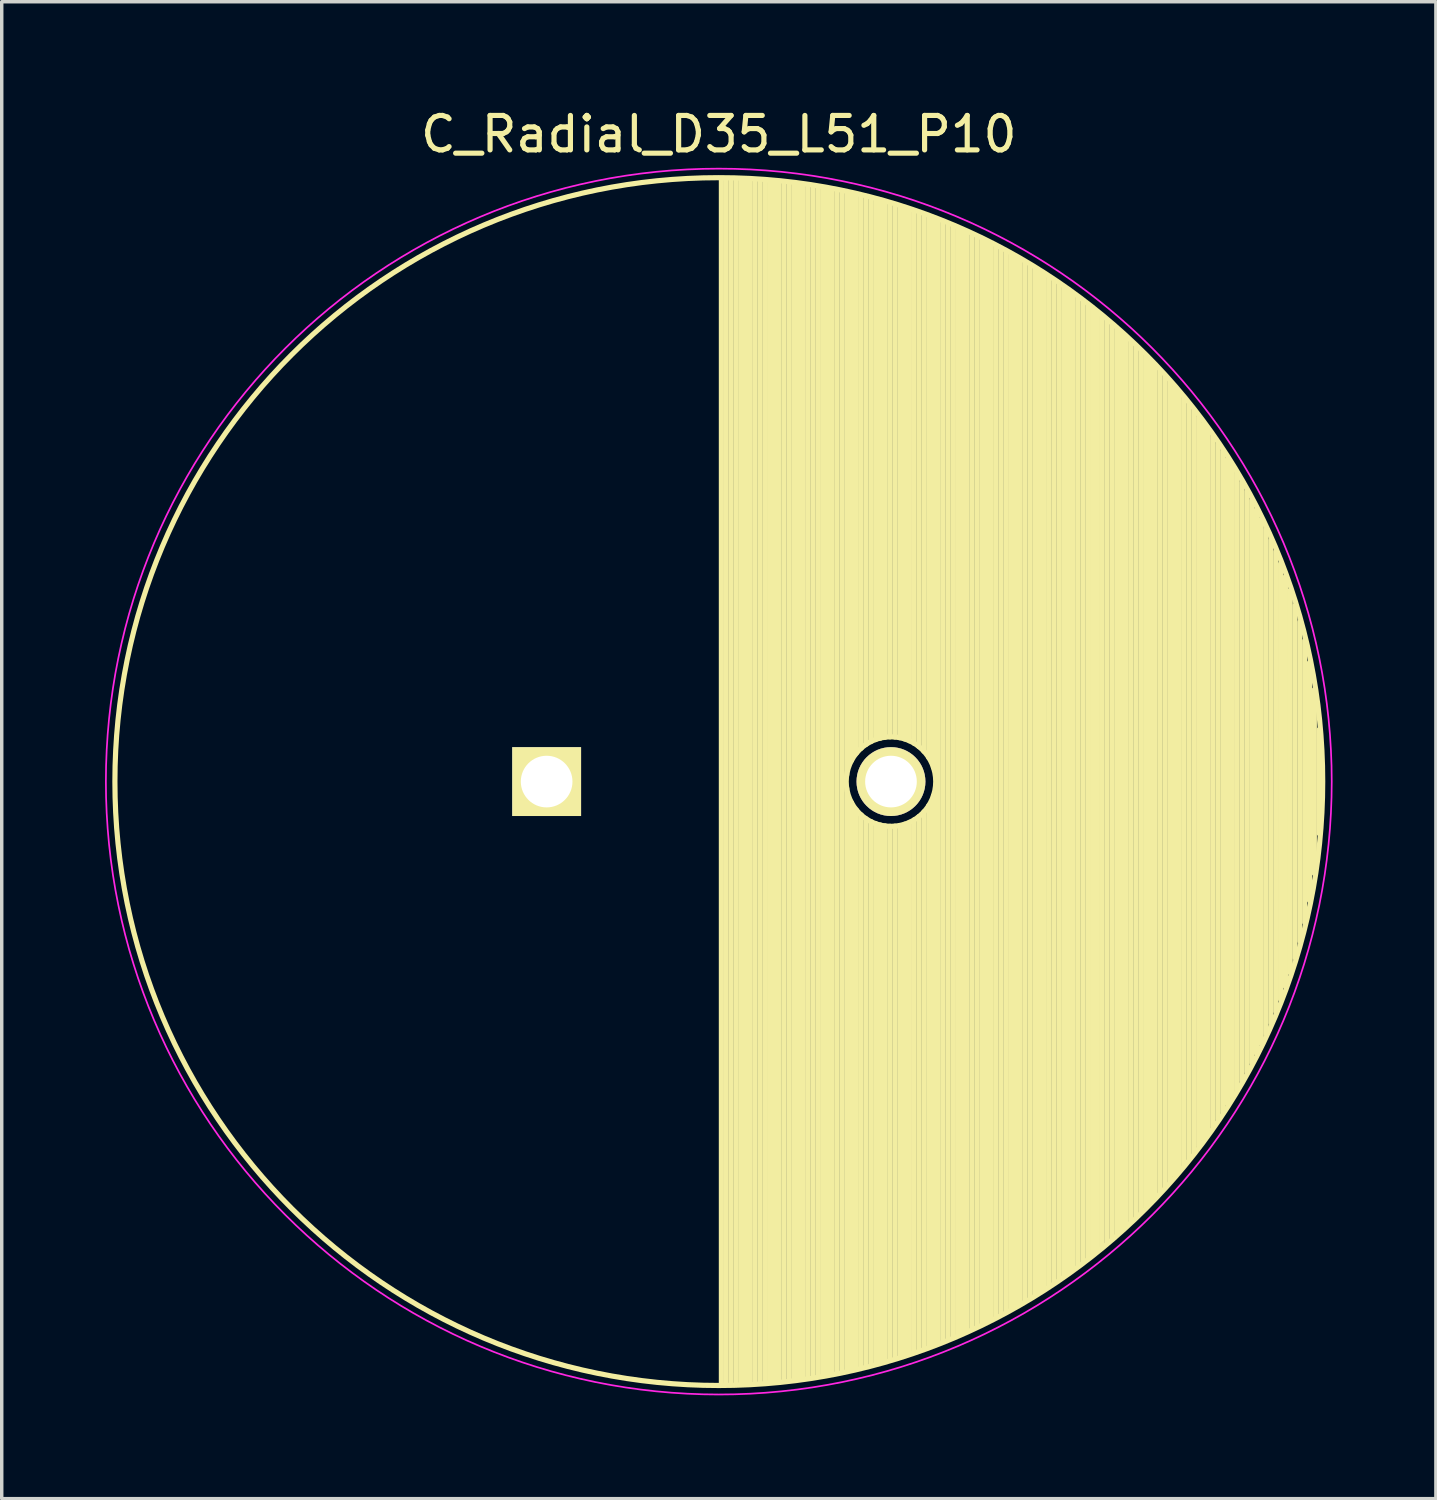
<source format=kicad_pcb>
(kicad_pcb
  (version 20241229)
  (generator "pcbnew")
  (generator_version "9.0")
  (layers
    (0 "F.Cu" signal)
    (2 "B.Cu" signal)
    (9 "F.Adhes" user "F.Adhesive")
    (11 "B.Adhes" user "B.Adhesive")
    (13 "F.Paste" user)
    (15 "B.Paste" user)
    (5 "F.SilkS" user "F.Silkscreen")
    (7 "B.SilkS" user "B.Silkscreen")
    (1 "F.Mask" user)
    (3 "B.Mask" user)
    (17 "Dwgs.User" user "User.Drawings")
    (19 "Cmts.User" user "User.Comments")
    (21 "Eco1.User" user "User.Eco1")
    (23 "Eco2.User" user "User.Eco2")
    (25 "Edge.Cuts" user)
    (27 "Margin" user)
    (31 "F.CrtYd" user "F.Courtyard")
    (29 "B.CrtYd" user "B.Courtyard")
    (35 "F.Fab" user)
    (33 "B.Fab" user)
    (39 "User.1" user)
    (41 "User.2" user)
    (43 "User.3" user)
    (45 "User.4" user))
  (footprint "C_Radial_D35_L51_P10"
    (layer "F.Cu")
    (at 12.825 19.648)
    (property "Reference" "C_Radial_D35_L51_P10" (at 5 -18.8 0) (layer "F.SilkS") (effects (font (size 1 1) (thickness 0.15))))
    (attr through_hole)
    (fp_line (start 5.075 -17.5) (end 5.075 17.5) (stroke (width 0.15) (type solid)) (layer "F.SilkS"))
    (fp_line (start 5.215 -17.499) (end 5.215 17.499) (stroke (width 0.15) (type solid)) (layer "F.SilkS"))
    (fp_line (start 5.355 -17.496) (end 5.355 17.496) (stroke (width 0.15) (type solid)) (layer "F.SilkS"))
    (fp_line (start 5.495 -17.493) (end 5.495 17.493) (stroke (width 0.15) (type solid)) (layer "F.SilkS"))
    (fp_line (start 5.635 -17.488) (end 5.635 17.488) (stroke (width 0.15) (type solid)) (layer "F.SilkS"))
    (fp_line (start 5.775 -17.483) (end 5.775 17.483) (stroke (width 0.15) (type solid)) (layer "F.SilkS"))
    (fp_line (start 5.915 -17.476) (end 5.915 17.476) (stroke (width 0.15) (type solid)) (layer "F.SilkS"))
    (fp_line (start 6.055 -17.468) (end 6.055 17.468) (stroke (width 0.15) (type solid)) (layer "F.SilkS"))
    (fp_line (start 6.195 -17.459) (end 6.195 17.459) (stroke (width 0.15) (type solid)) (layer "F.SilkS"))
    (fp_line (start 6.335 -17.449) (end 6.335 17.449) (stroke (width 0.15) (type solid)) (layer "F.SilkS"))
    (fp_line (start 6.475 -17.438) (end 6.475 17.438) (stroke (width 0.15) (type solid)) (layer "F.SilkS"))
    (fp_line (start 6.615 -17.425) (end 6.615 17.425) (stroke (width 0.15) (type solid)) (layer "F.SilkS"))
    (fp_line (start 6.755 -17.412) (end 6.755 17.412) (stroke (width 0.15) (type solid)) (layer "F.SilkS"))
    (fp_line (start 6.895 -17.397) (end 6.895 17.397) (stroke (width 0.15) (type solid)) (layer "F.SilkS"))
    (fp_line (start 7.035 -17.381) (end 7.035 17.381) (stroke (width 0.15) (type solid)) (layer "F.SilkS"))
    (fp_line (start 7.175 -17.364) (end 7.175 17.364) (stroke (width 0.15) (type solid)) (layer "F.SilkS"))
    (fp_line (start 7.315 -17.346) (end 7.315 17.346) (stroke (width 0.15) (type solid)) (layer "F.SilkS"))
    (fp_line (start 7.455 -17.327) (end 7.455 17.327) (stroke (width 0.15) (type solid)) (layer "F.SilkS"))
    (fp_line (start 7.595 -17.307) (end 7.595 17.307) (stroke (width 0.15) (type solid)) (layer "F.SilkS"))
    (fp_line (start 7.735 -17.285) (end 7.735 17.285) (stroke (width 0.15) (type solid)) (layer "F.SilkS"))
    (fp_line (start 7.875 -17.262) (end 7.875 17.262) (stroke (width 0.15) (type solid)) (layer "F.SilkS"))
    (fp_line (start 8.015 -17.238) (end 8.015 17.238) (stroke (width 0.15) (type solid)) (layer "F.SilkS"))
    (fp_line (start 8.155 -17.213) (end 8.155 17.213) (stroke (width 0.15) (type solid)) (layer "F.SilkS"))
    (fp_line (start 8.295 -17.187) (end 8.295 17.187) (stroke (width 0.15) (type solid)) (layer "F.SilkS"))
    (fp_line (start 8.435 -17.16) (end 8.435 17.16) (stroke (width 0.15) (type solid)) (layer "F.SilkS"))
    (fp_line (start 8.575 -17.131) (end 8.575 17.131) (stroke (width 0.15) (type solid)) (layer "F.SilkS"))
    (fp_line (start 8.715 -17.101) (end 8.715 -0.197) (stroke (width 0.15) (type solid)) (layer "F.SilkS"))
    (fp_line (start 8.715 0.197) (end 8.715 17.101) (stroke (width 0.15) (type solid)) (layer "F.SilkS"))
    (fp_line (start 8.855 -17.07) (end 8.855 -0.616) (stroke (width 0.15) (type solid)) (layer "F.SilkS"))
    (fp_line (start 8.855 0.616) (end 8.855 17.07) (stroke (width 0.15) (type solid)) (layer "F.SilkS"))
    (fp_line (start 8.995 -17.038) (end 8.995 -0.825) (stroke (width 0.15) (type solid)) (layer "F.SilkS"))
    (fp_line (start 8.995 0.825) (end 8.995 17.038) (stroke (width 0.15) (type solid)) (layer "F.SilkS"))
    (fp_line (start 9.135 -17.004) (end 9.135 -0.97) (stroke (width 0.15) (type solid)) (layer "F.SilkS"))
    (fp_line (start 9.135 0.97) (end 9.135 17.004) (stroke (width 0.15) (type solid)) (layer "F.SilkS"))
    (fp_line (start 9.275 -16.97) (end 9.275 -1.079) (stroke (width 0.15) (type solid)) (layer "F.SilkS"))
    (fp_line (start 9.275 1.079) (end 9.275 16.97) (stroke (width 0.15) (type solid)) (layer "F.SilkS"))
    (fp_line (start 9.415 -16.934) (end 9.415 -1.161) (stroke (width 0.15) (type solid)) (layer "F.SilkS"))
    (fp_line (start 9.415 1.161) (end 9.415 16.934) (stroke (width 0.15) (type solid)) (layer "F.SilkS"))
    (fp_line (start 9.555 -16.897) (end 9.555 -1.221) (stroke (width 0.15) (type solid)) (layer "F.SilkS"))
    (fp_line (start 9.555 1.221) (end 9.555 16.897) (stroke (width 0.15) (type solid)) (layer "F.SilkS"))
    (fp_line (start 9.695 -16.858) (end 9.695 -1.264) (stroke (width 0.15) (type solid)) (layer "F.SilkS"))
    (fp_line (start 9.695 1.264) (end 9.695 16.858) (stroke (width 0.15) (type solid)) (layer "F.SilkS"))
    (fp_line (start 9.835 -16.819) (end 9.835 -1.289) (stroke (width 0.15) (type solid)) (layer "F.SilkS"))
    (fp_line (start 9.835 1.289) (end 9.835 16.819) (stroke (width 0.15) (type solid)) (layer "F.SilkS"))
    (fp_line (start 9.975 -16.778) (end 9.975 -1.3) (stroke (width 0.15) (type solid)) (layer "F.SilkS"))
    (fp_line (start 9.975 1.3) (end 9.975 16.778) (stroke (width 0.15) (type solid)) (layer "F.SilkS"))
    (fp_line (start 10.115 -16.736) (end 10.115 -1.295) (stroke (width 0.15) (type solid)) (layer "F.SilkS"))
    (fp_line (start 10.115 1.295) (end 10.115 16.736) (stroke (width 0.15) (type solid)) (layer "F.SilkS"))
    (fp_line (start 10.255 -16.692) (end 10.255 -1.275) (stroke (width 0.15) (type solid)) (layer "F.SilkS"))
    (fp_line (start 10.255 1.275) (end 10.255 16.692) (stroke (width 0.15) (type solid)) (layer "F.SilkS"))
    (fp_line (start 10.395 -16.648) (end 10.395 -1.239) (stroke (width 0.15) (type solid)) (layer "F.SilkS"))
    (fp_line (start 10.395 1.239) (end 10.395 16.648) (stroke (width 0.15) (type solid)) (layer "F.SilkS"))
    (fp_line (start 10.535 -16.602) (end 10.535 -1.185) (stroke (width 0.15) (type solid)) (layer "F.SilkS"))
    (fp_line (start 10.535 1.185) (end 10.535 16.602) (stroke (width 0.15) (type solid)) (layer "F.SilkS"))
    (fp_line (start 10.675 -16.554) (end 10.675 -1.111) (stroke (width 0.15) (type solid)) (layer "F.SilkS"))
    (fp_line (start 10.675 1.111) (end 10.675 16.554) (stroke (width 0.15) (type solid)) (layer "F.SilkS"))
    (fp_line (start 10.815 -16.506) (end 10.815 -1.013) (stroke (width 0.15) (type solid)) (layer "F.SilkS"))
    (fp_line (start 10.815 1.013) (end 10.815 16.506) (stroke (width 0.15) (type solid)) (layer "F.SilkS"))
    (fp_line (start 10.955 -16.456) (end 10.955 -0.882) (stroke (width 0.15) (type solid)) (layer "F.SilkS"))
    (fp_line (start 10.955 0.882) (end 10.955 16.456) (stroke (width 0.15) (type solid)) (layer "F.SilkS"))
    (fp_line (start 11.095 -16.404) (end 11.095 -0.701) (stroke (width 0.15) (type solid)) (layer "F.SilkS"))
    (fp_line (start 11.095 0.701) (end 11.095 16.404) (stroke (width 0.15) (type solid)) (layer "F.SilkS"))
    (fp_line (start 11.235 -16.352) (end 11.235 -0.406) (stroke (width 0.15) (type solid)) (layer "F.SilkS"))
    (fp_line (start 11.235 0.406) (end 11.235 16.352) (stroke (width 0.15) (type solid)) (layer "F.SilkS"))
    (fp_line (start 11.375 -16.298) (end 11.375 16.298) (stroke (width 0.15) (type solid)) (layer "F.SilkS"))
    (fp_line (start 11.515 -16.242) (end 11.515 16.242) (stroke (width 0.15) (type solid)) (layer "F.SilkS"))
    (fp_line (start 11.655 -16.185) (end 11.655 16.185) (stroke (width 0.15) (type solid)) (layer "F.SilkS"))
    (fp_line (start 11.795 -16.127) (end 11.795 16.127) (stroke (width 0.15) (type solid)) (layer "F.SilkS"))
    (fp_line (start 11.935 -16.067) (end 11.935 16.067) (stroke (width 0.15) (type solid)) (layer "F.SilkS"))
    (fp_line (start 12.075 -16.006) (end 12.075 16.006) (stroke (width 0.15) (type solid)) (layer "F.SilkS"))
    (fp_line (start 12.215 -15.943) (end 12.215 15.943) (stroke (width 0.15) (type solid)) (layer "F.SilkS"))
    (fp_line (start 12.355 -15.879) (end 12.355 15.879) (stroke (width 0.15) (type solid)) (layer "F.SilkS"))
    (fp_line (start 12.495 -15.814) (end 12.495 15.814) (stroke (width 0.15) (type solid)) (layer "F.SilkS"))
    (fp_line (start 12.635 -15.747) (end 12.635 15.747) (stroke (width 0.15) (type solid)) (layer "F.SilkS"))
    (fp_line (start 12.775 -15.678) (end 12.775 15.678) (stroke (width 0.15) (type solid)) (layer "F.SilkS"))
    (fp_line (start 12.915 -15.608) (end 12.915 15.608) (stroke (width 0.15) (type solid)) (layer "F.SilkS"))
    (fp_line (start 13.055 -15.536) (end 13.055 15.536) (stroke (width 0.15) (type solid)) (layer "F.SilkS"))
    (fp_line (start 13.195 -15.463) (end 13.195 15.463) (stroke (width 0.15) (type solid)) (layer "F.SilkS"))
    (fp_line (start 13.335 -15.388) (end 13.335 15.388) (stroke (width 0.15) (type solid)) (layer "F.SilkS"))
    (fp_line (start 13.475 -15.311) (end 13.475 15.311) (stroke (width 0.15) (type solid)) (layer "F.SilkS"))
    (fp_line (start 13.615 -15.233) (end 13.615 15.233) (stroke (width 0.15) (type solid)) (layer "F.SilkS"))
    (fp_line (start 13.755 -15.153) (end 13.755 15.153) (stroke (width 0.15) (type solid)) (layer "F.SilkS"))
    (fp_line (start 13.895 -15.071) (end 13.895 15.071) (stroke (width 0.15) (type solid)) (layer "F.SilkS"))
    (fp_line (start 14.035 -14.987) (end 14.035 14.987) (stroke (width 0.15) (type solid)) (layer "F.SilkS"))
    (fp_line (start 14.175 -14.902) (end 14.175 14.902) (stroke (width 0.15) (type solid)) (layer "F.SilkS"))
    (fp_line (start 14.315 -14.815) (end 14.315 14.815) (stroke (width 0.15) (type solid)) (layer "F.SilkS"))
    (fp_line (start 14.455 -14.726) (end 14.455 14.726) (stroke (width 0.15) (type solid)) (layer "F.SilkS"))
    (fp_line (start 14.595 -14.635) (end 14.595 14.635) (stroke (width 0.15) (type solid)) (layer "F.SilkS"))
    (fp_line (start 14.735 -14.542) (end 14.735 14.542) (stroke (width 0.15) (type solid)) (layer "F.SilkS"))
    (fp_line (start 14.875 -14.448) (end 14.875 14.448) (stroke (width 0.15) (type solid)) (layer "F.SilkS"))
    (fp_line (start 15.015 -14.351) (end 15.015 14.351) (stroke (width 0.15) (type solid)) (layer "F.SilkS"))
    (fp_line (start 15.155 -14.252) (end 15.155 14.252) (stroke (width 0.15) (type solid)) (layer "F.SilkS"))
    (fp_line (start 15.295 -14.151) (end 15.295 14.151) (stroke (width 0.15) (type solid)) (layer "F.SilkS"))
    (fp_line (start 15.435 -14.049) (end 15.435 14.049) (stroke (width 0.15) (type solid)) (layer "F.SilkS"))
    (fp_line (start 15.575 -13.943) (end 15.575 13.943) (stroke (width 0.15) (type solid)) (layer "F.SilkS"))
    (fp_line (start 15.715 -13.836) (end 15.715 13.836) (stroke (width 0.15) (type solid)) (layer "F.SilkS"))
    (fp_line (start 15.855 -13.727) (end 15.855 13.727) (stroke (width 0.15) (type solid)) (layer "F.SilkS"))
    (fp_line (start 15.995 -13.615) (end 15.995 13.615) (stroke (width 0.15) (type solid)) (layer "F.SilkS"))
    (fp_line (start 16.135 -13.5) (end 16.135 13.5) (stroke (width 0.15) (type solid)) (layer "F.SilkS"))
    (fp_line (start 16.275 -13.384) (end 16.275 13.384) (stroke (width 0.15) (type solid)) (layer "F.SilkS"))
    (fp_line (start 16.415 -13.265) (end 16.415 13.265) (stroke (width 0.15) (type solid)) (layer "F.SilkS"))
    (fp_line (start 16.555 -13.143) (end 16.555 13.143) (stroke (width 0.15) (type solid)) (layer "F.SilkS"))
    (fp_line (start 16.695 -13.018) (end 16.695 13.018) (stroke (width 0.15) (type solid)) (layer "F.SilkS"))
    (fp_line (start 16.835 -12.891) (end 16.835 12.891) (stroke (width 0.15) (type solid)) (layer "F.SilkS"))
    (fp_line (start 16.975 -12.761) (end 16.975 12.761) (stroke (width 0.15) (type solid)) (layer "F.SilkS"))
    (fp_line (start 17.115 -12.628) (end 17.115 12.628) (stroke (width 0.15) (type solid)) (layer "F.SilkS"))
    (fp_line (start 17.255 -12.493) (end 17.255 12.493) (stroke (width 0.15) (type solid)) (layer "F.SilkS"))
    (fp_line (start 17.395 -12.354) (end 17.395 12.354) (stroke (width 0.15) (type solid)) (layer "F.SilkS"))
    (fp_line (start 17.535 -12.212) (end 17.535 12.212) (stroke (width 0.15) (type solid)) (layer "F.SilkS"))
    (fp_line (start 17.675 -12.066) (end 17.675 12.066) (stroke (width 0.15) (type solid)) (layer "F.SilkS"))
    (fp_line (start 17.815 -11.917) (end 17.815 11.917) (stroke (width 0.15) (type solid)) (layer "F.SilkS"))
    (fp_line (start 17.955 -11.765) (end 17.955 11.765) (stroke (width 0.15) (type solid)) (layer "F.SilkS"))
    (fp_line (start 18.095 -11.609) (end 18.095 11.609) (stroke (width 0.15) (type solid)) (layer "F.SilkS"))
    (fp_line (start 18.235 -11.449) (end 18.235 11.449) (stroke (width 0.15) (type solid)) (layer "F.SilkS"))
    (fp_line (start 18.375 -11.285) (end 18.375 11.285) (stroke (width 0.15) (type solid)) (layer "F.SilkS"))
    (fp_line (start 18.515 -11.117) (end 18.515 11.117) (stroke (width 0.15) (type solid)) (layer "F.SilkS"))
    (fp_line (start 18.655 -10.945) (end 18.655 10.945) (stroke (width 0.15) (type solid)) (layer "F.SilkS"))
    (fp_line (start 18.795 -10.768) (end 18.795 10.768) (stroke (width 0.15) (type solid)) (layer "F.SilkS"))
    (fp_line (start 18.935 -10.586) (end 18.935 10.586) (stroke (width 0.15) (type solid)) (layer "F.SilkS"))
    (fp_line (start 19.075 -10.399) (end 19.075 10.399) (stroke (width 0.15) (type solid)) (layer "F.SilkS"))
    (fp_line (start 19.215 -10.207) (end 19.215 10.207) (stroke (width 0.15) (type solid)) (layer "F.SilkS"))
    (fp_line (start 19.355 -10.009) (end 19.355 10.009) (stroke (width 0.15) (type solid)) (layer "F.SilkS"))
    (fp_line (start 19.495 -9.805) (end 19.495 9.805) (stroke (width 0.15) (type solid)) (layer "F.SilkS"))
    (fp_line (start 19.635 -9.595) (end 19.635 9.595) (stroke (width 0.15) (type solid)) (layer "F.SilkS"))
    (fp_line (start 19.775 -9.378) (end 19.775 9.378) (stroke (width 0.15) (type solid)) (layer "F.SilkS"))
    (fp_line (start 19.915 -9.154) (end 19.915 9.154) (stroke (width 0.15) (type solid)) (layer "F.SilkS"))
    (fp_line (start 20.055 -8.922) (end 20.055 8.922) (stroke (width 0.15) (type solid)) (layer "F.SilkS"))
    (fp_line (start 20.195 -8.681) (end 20.195 8.681) (stroke (width 0.15) (type solid)) (layer "F.SilkS"))
    (fp_line (start 20.335 -8.431) (end 20.335 8.431) (stroke (width 0.15) (type solid)) (layer "F.SilkS"))
    (fp_line (start 20.475 -8.172) (end 20.475 8.172) (stroke (width 0.15) (type solid)) (layer "F.SilkS"))
    (fp_line (start 20.615 -7.901) (end 20.615 7.901) (stroke (width 0.15) (type solid)) (layer "F.SilkS"))
    (fp_line (start 20.755 -7.618) (end 20.755 7.618) (stroke (width 0.15) (type solid)) (layer "F.SilkS"))
    (fp_line (start 20.895 -7.321) (end 20.895 7.321) (stroke (width 0.15) (type solid)) (layer "F.SilkS"))
    (fp_line (start 21.035 -7.009) (end 21.035 7.009) (stroke (width 0.15) (type solid)) (layer "F.SilkS"))
    (fp_line (start 21.175 -6.68) (end 21.175 6.68) (stroke (width 0.15) (type solid)) (layer "F.SilkS"))
    (fp_line (start 21.315 -6.33) (end 21.315 6.33) (stroke (width 0.15) (type solid)) (layer "F.SilkS"))
    (fp_line (start 21.455 -5.957) (end 21.455 5.957) (stroke (width 0.15) (type solid)) (layer "F.SilkS"))
    (fp_line (start 21.595 -5.555) (end 21.595 5.555) (stroke (width 0.15) (type solid)) (layer "F.SilkS"))
    (fp_line (start 21.735 -5.118) (end 21.735 5.118) (stroke (width 0.15) (type solid)) (layer "F.SilkS"))
    (fp_line (start 21.875 -4.635) (end 21.875 4.635) (stroke (width 0.15) (type solid)) (layer "F.SilkS"))
    (fp_line (start 22.015 -4.091) (end 22.015 4.091) (stroke (width 0.15) (type solid)) (layer "F.SilkS"))
    (fp_line (start 22.155 -3.458) (end 22.155 3.458) (stroke (width 0.15) (type solid)) (layer "F.SilkS"))
    (fp_line (start 22.295 -2.671) (end 22.295 2.671) (stroke (width 0.15) (type solid)) (layer "F.SilkS"))
    (fp_line (start 22.435 -1.507) (end 22.435 1.507) (stroke (width 0.15) (type solid)) (layer "F.SilkS"))
    (fp_circle (center 5 0) (end 5 -17.538) (stroke (width 0.15) (type solid)) (fill no) (layer "F.SilkS"))
    (fp_circle (center 10 0) (end 10 -1.3) (stroke (width 0.15) (type solid)) (fill no) (layer "F.SilkS"))
    (fp_circle (center 5 0) (end 5 -17.8) (stroke (width 0.05) (type solid)) (fill no) (layer "F.CrtYd"))
    (pad "1" thru_hole rect (at 0 0) (size 2 2) (drill 1.5) (layers "*.Cu" "*.Mask" "F.SilkS"))
    (pad "2" thru_hole circle (at 10 0) (size 2 2) (drill 1.5) (layers "*.Cu" "*.Mask" "F.SilkS")))
  (gr_rect
    (start -3 -3)
    (end 38.65 40.473)
    (stroke (width 0.1) (type default))
    (fill no)
    (layer "Edge.Cuts")))
</source>
